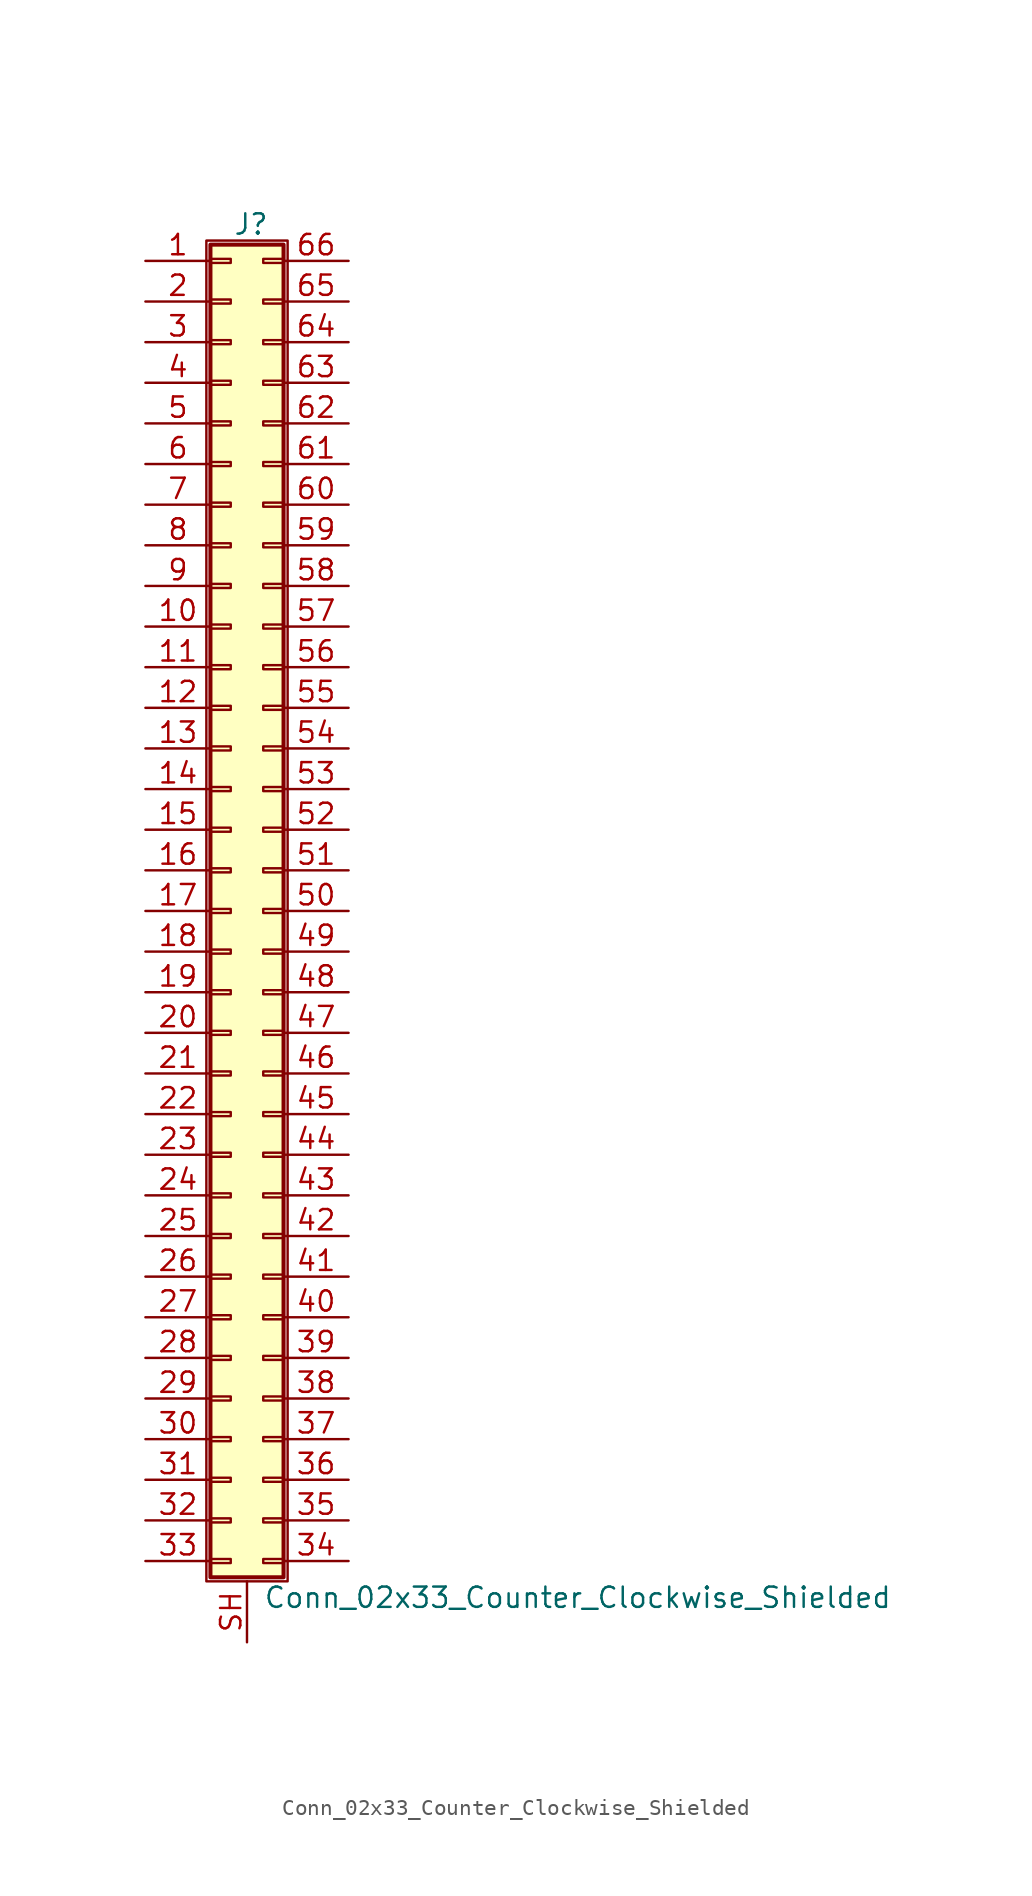
<source format=kicad_sym>
(kicad_symbol_lib
  (version 20211014)
  (generator kicad_symbol_editor)
  (symbol "Conn_02x33_Counter_Clockwise_Shielded"
    (pin_names
      (offset 1.016) hide)
    (property "Reference" "J"
      (at 1.524 42.926 0)
      (effects (font (size 1.27 1.27))))
    (property "Value" "Conn_02x33_Counter_Clockwise_Shielded"
      (at 2.286 -42.926 0)
      (effects (font (size 1.27 1.27)) (justify left)))
    (symbol "Conn_02x33_Counter_Clockwise_Shielded_1_1"
      (rectangle (start -1.27 41.91) (end 3.81 -41.91) (stroke (width 0.152) (type default) (color 0 0 0 0)) (fill (type none)))
      (rectangle (start -1.016 -40.513) (end 0.254 -40.767) (stroke (width 0.152) (type default) (color 0 0 0 0)) (fill (type none)))
      (rectangle (start -1.016 -37.973) (end 0.254 -38.227) (stroke (width 0.152) (type default) (color 0 0 0 0)) (fill (type none)))
      (rectangle (start -1.016 -35.433) (end 0.254 -35.687) (stroke (width 0.152) (type default) (color 0 0 0 0)) (fill (type none)))
      (rectangle (start -1.016 -32.893) (end 0.254 -33.147) (stroke (width 0.152) (type default) (color 0 0 0 0)) (fill (type none)))
      (rectangle (start -1.016 -30.353) (end 0.254 -30.607) (stroke (width 0.152) (type default) (color 0 0 0 0)) (fill (type none)))
      (rectangle (start -1.016 -27.813) (end 0.254 -28.067) (stroke (width 0.152) (type default) (color 0 0 0 0)) (fill (type none)))
      (rectangle (start -1.016 -25.273) (end 0.254 -25.527) (stroke (width 0.152) (type default) (color 0 0 0 0)) (fill (type none)))
      (rectangle (start -1.016 -22.733) (end 0.254 -22.987) (stroke (width 0.152) (type default) (color 0 0 0 0)) (fill (type none)))
      (rectangle (start -1.016 -20.193) (end 0.254 -20.447) (stroke (width 0.152) (type default) (color 0 0 0 0)) (fill (type none)))
      (rectangle (start -1.016 -17.653) (end 0.254 -17.907) (stroke (width 0.152) (type default) (color 0 0 0 0)) (fill (type none)))
      (rectangle (start -1.016 -15.113) (end 0.254 -15.367) (stroke (width 0.152) (type default) (color 0 0 0 0)) (fill (type none)))
      (rectangle (start -1.016 -12.573) (end 0.254 -12.827) (stroke (width 0.152) (type default) (color 0 0 0 0)) (fill (type none)))
      (rectangle (start -1.016 -10.033) (end 0.254 -10.287) (stroke (width 0.152) (type default) (color 0 0 0 0)) (fill (type none)))
      (rectangle (start -1.016 -7.493) (end 0.254 -7.747) (stroke (width 0.152) (type default) (color 0 0 0 0)) (fill (type none)))
      (rectangle (start -1.016 -4.953) (end 0.254 -5.207) (stroke (width 0.152) (type default) (color 0 0 0 0)) (fill (type none)))
      (rectangle (start -1.016 -2.413) (end 0.254 -2.667) (stroke (width 0.152) (type default) (color 0 0 0 0)) (fill (type none)))
      (rectangle (start -1.016 0.127) (end 0.254 -0.127) (stroke (width 0.152) (type default) (color 0 0 0 0)) (fill (type none)))
      (rectangle (start -1.016 2.667) (end 0.254 2.413) (stroke (width 0.152) (type default) (color 0 0 0 0)) (fill (type none)))
      (rectangle (start -1.016 5.207) (end 0.254 4.953) (stroke (width 0.152) (type default) (color 0 0 0 0)) (fill (type none)))
      (rectangle (start -1.016 7.747) (end 0.254 7.493) (stroke (width 0.152) (type default) (color 0 0 0 0)) (fill (type none)))
      (rectangle (start -1.016 10.287) (end 0.254 10.033) (stroke (width 0.152) (type default) (color 0 0 0 0)) (fill (type none)))
      (rectangle (start -1.016 12.827) (end 0.254 12.573) (stroke (width 0.152) (type default) (color 0 0 0 0)) (fill (type none)))
      (rectangle (start -1.016 15.367) (end 0.254 15.113) (stroke (width 0.152) (type default) (color 0 0 0 0)) (fill (type none)))
      (rectangle (start -1.016 17.907) (end 0.254 17.653) (stroke (width 0.152) (type default) (color 0 0 0 0)) (fill (type none)))
      (rectangle (start -1.016 20.447) (end 0.254 20.193) (stroke (width 0.152) (type default) (color 0 0 0 0)) (fill (type none)))
      (rectangle (start -1.016 22.987) (end 0.254 22.733) (stroke (width 0.152) (type default) (color 0 0 0 0)) (fill (type none)))
      (rectangle (start -1.016 25.527) (end 0.254 25.273) (stroke (width 0.152) (type default) (color 0 0 0 0)) (fill (type none)))
      (rectangle (start -1.016 28.067) (end 0.254 27.813) (stroke (width 0.152) (type default) (color 0 0 0 0)) (fill (type none)))
      (rectangle (start -1.016 30.607) (end 0.254 30.353) (stroke (width 0.152) (type default) (color 0 0 0 0)) (fill (type none)))
      (rectangle (start -1.016 33.147) (end 0.254 32.893) (stroke (width 0.152) (type default) (color 0 0 0 0)) (fill (type none)))
      (rectangle (start -1.016 35.687) (end 0.254 35.433) (stroke (width 0.152) (type default) (color 0 0 0 0)) (fill (type none)))
      (rectangle (start -1.016 38.227) (end 0.254 37.973) (stroke (width 0.152) (type default) (color 0 0 0 0)) (fill (type none)))
      (rectangle (start -1.016 40.767) (end 0.254 40.513) (stroke (width 0.152) (type default) (color 0 0 0 0)) (fill (type none)))
      (rectangle (start -1.016 41.656) (end 3.556 -41.656) (stroke (width 0.254) (type default) (color 0 0 0 0)) (fill (type background)))
      (rectangle (start 3.556 -40.513) (end 2.286 -40.767) (stroke (width 0.152) (type default) (color 0 0 0 0)) (fill (type none)))
      (rectangle (start 3.556 -37.973) (end 2.286 -38.227) (stroke (width 0.152) (type default) (color 0 0 0 0)) (fill (type none)))
      (rectangle (start 3.556 -35.433) (end 2.286 -35.687) (stroke (width 0.152) (type default) (color 0 0 0 0)) (fill (type none)))
      (rectangle (start 3.556 -32.893) (end 2.286 -33.147) (stroke (width 0.152) (type default) (color 0 0 0 0)) (fill (type none)))
      (rectangle (start 3.556 -30.353) (end 2.286 -30.607) (stroke (width 0.152) (type default) (color 0 0 0 0)) (fill (type none)))
      (rectangle (start 3.556 -27.813) (end 2.286 -28.067) (stroke (width 0.152) (type default) (color 0 0 0 0)) (fill (type none)))
      (rectangle (start 3.556 -25.273) (end 2.286 -25.527) (stroke (width 0.152) (type default) (color 0 0 0 0)) (fill (type none)))
      (rectangle (start 3.556 -22.733) (end 2.286 -22.987) (stroke (width 0.152) (type default) (color 0 0 0 0)) (fill (type none)))
      (rectangle (start 3.556 -20.193) (end 2.286 -20.447) (stroke (width 0.152) (type default) (color 0 0 0 0)) (fill (type none)))
      (rectangle (start 3.556 -17.653) (end 2.286 -17.907) (stroke (width 0.152) (type default) (color 0 0 0 0)) (fill (type none)))
      (rectangle (start 3.556 -15.113) (end 2.286 -15.367) (stroke (width 0.152) (type default) (color 0 0 0 0)) (fill (type none)))
      (rectangle (start 3.556 -12.573) (end 2.286 -12.827) (stroke (width 0.152) (type default) (color 0 0 0 0)) (fill (type none)))
      (rectangle (start 3.556 -10.033) (end 2.286 -10.287) (stroke (width 0.152) (type default) (color 0 0 0 0)) (fill (type none)))
      (rectangle (start 3.556 -7.493) (end 2.286 -7.747) (stroke (width 0.152) (type default) (color 0 0 0 0)) (fill (type none)))
      (rectangle (start 3.556 -4.953) (end 2.286 -5.207) (stroke (width 0.152) (type default) (color 0 0 0 0)) (fill (type none)))
      (rectangle (start 3.556 -2.413) (end 2.286 -2.667) (stroke (width 0.152) (type default) (color 0 0 0 0)) (fill (type none)))
      (rectangle (start 3.556 0.127) (end 2.286 -0.127) (stroke (width 0.152) (type default) (color 0 0 0 0)) (fill (type none)))
      (rectangle (start 3.556 2.667) (end 2.286 2.413) (stroke (width 0.152) (type default) (color 0 0 0 0)) (fill (type none)))
      (rectangle (start 3.556 5.207) (end 2.286 4.953) (stroke (width 0.152) (type default) (color 0 0 0 0)) (fill (type none)))
      (rectangle (start 3.556 7.747) (end 2.286 7.493) (stroke (width 0.152) (type default) (color 0 0 0 0)) (fill (type none)))
      (rectangle (start 3.556 10.287) (end 2.286 10.033) (stroke (width 0.152) (type default) (color 0 0 0 0)) (fill (type none)))
      (rectangle (start 3.556 12.827) (end 2.286 12.573) (stroke (width 0.152) (type default) (color 0 0 0 0)) (fill (type none)))
      (rectangle (start 3.556 15.367) (end 2.286 15.113) (stroke (width 0.152) (type default) (color 0 0 0 0)) (fill (type none)))
      (rectangle (start 3.556 17.907) (end 2.286 17.653) (stroke (width 0.152) (type default) (color 0 0 0 0)) (fill (type none)))
      (rectangle (start 3.556 20.447) (end 2.286 20.193) (stroke (width 0.152) (type default) (color 0 0 0 0)) (fill (type none)))
      (rectangle (start 3.556 22.987) (end 2.286 22.733) (stroke (width 0.152) (type default) (color 0 0 0 0)) (fill (type none)))
      (rectangle (start 3.556 25.527) (end 2.286 25.273) (stroke (width 0.152) (type default) (color 0 0 0 0)) (fill (type none)))
      (rectangle (start 3.556 28.067) (end 2.286 27.813) (stroke (width 0.152) (type default) (color 0 0 0 0)) (fill (type none)))
      (rectangle (start 3.556 30.607) (end 2.286 30.353) (stroke (width 0.152) (type default) (color 0 0 0 0)) (fill (type none)))
      (rectangle (start 3.556 33.147) (end 2.286 32.893) (stroke (width 0.152) (type default) (color 0 0 0 0)) (fill (type none)))
      (rectangle (start 3.556 35.687) (end 2.286 35.433) (stroke (width 0.152) (type default) (color 0 0 0 0)) (fill (type none)))
      (rectangle (start 3.556 38.227) (end 2.286 37.973) (stroke (width 0.152) (type default) (color 0 0 0 0)) (fill (type none)))
      (rectangle (start 3.556 40.767) (end 2.286 40.513) (stroke (width 0.152) (type default) (color 0 0 0 0)) (fill (type none)))
      (pin passive line (at -5.08 40.64 0) (length 4.064) (name "Pin_1" (effects (font (size 1.27 1.27)))) (number "1" (effects (font (size 1.27 1.27)))))
      (pin passive line (at -5.08 17.78 0) (length 4.064) (name "Pin_10" (effects (font (size 1.27 1.27)))) (number "10" (effects (font (size 1.27 1.27)))))
      (pin passive line (at -5.08 15.24 0) (length 4.064) (name "Pin_11" (effects (font (size 1.27 1.27)))) (number "11" (effects (font (size 1.27 1.27)))))
      (pin passive line (at -5.08 12.7 0) (length 4.064) (name "Pin_12" (effects (font (size 1.27 1.27)))) (number "12" (effects (font (size 1.27 1.27)))))
      (pin passive line (at -5.08 10.16 0) (length 4.064) (name "Pin_13" (effects (font (size 1.27 1.27)))) (number "13" (effects (font (size 1.27 1.27)))))
      (pin passive line (at -5.08 7.62 0) (length 4.064) (name "Pin_14" (effects (font (size 1.27 1.27)))) (number "14" (effects (font (size 1.27 1.27)))))
      (pin passive line (at -5.08 5.08 0) (length 4.064) (name "Pin_15" (effects (font (size 1.27 1.27)))) (number "15" (effects (font (size 1.27 1.27)))))
      (pin passive line (at -5.08 2.54 0) (length 4.064) (name "Pin_16" (effects (font (size 1.27 1.27)))) (number "16" (effects (font (size 1.27 1.27)))))
      (pin passive line (at -5.08 0 0) (length 4.064) (name "Pin_17" (effects (font (size 1.27 1.27)))) (number "17" (effects (font (size 1.27 1.27)))))
      (pin passive line (at -5.08 -2.54 0) (length 4.064) (name "Pin_18" (effects (font (size 1.27 1.27)))) (number "18" (effects (font (size 1.27 1.27)))))
      (pin passive line (at -5.08 -5.08 0) (length 4.064) (name "Pin_19" (effects (font (size 1.27 1.27)))) (number "19" (effects (font (size 1.27 1.27)))))
      (pin passive line (at -5.08 38.1 0) (length 4.064) (name "Pin_2" (effects (font (size 1.27 1.27)))) (number "2" (effects (font (size 1.27 1.27)))))
      (pin passive line (at -5.08 -7.62 0) (length 4.064) (name "Pin_20" (effects (font (size 1.27 1.27)))) (number "20" (effects (font (size 1.27 1.27)))))
      (pin passive line (at -5.08 -10.16 0) (length 4.064) (name "Pin_21" (effects (font (size 1.27 1.27)))) (number "21" (effects (font (size 1.27 1.27)))))
      (pin passive line (at -5.08 -12.7 0) (length 4.064) (name "Pin_22" (effects (font (size 1.27 1.27)))) (number "22" (effects (font (size 1.27 1.27)))))
      (pin passive line (at -5.08 -15.24 0) (length 4.064) (name "Pin_23" (effects (font (size 1.27 1.27)))) (number "23" (effects (font (size 1.27 1.27)))))
      (pin passive line (at -5.08 -17.78 0) (length 4.064) (name "Pin_24" (effects (font (size 1.27 1.27)))) (number "24" (effects (font (size 1.27 1.27)))))
      (pin passive line (at -5.08 -20.32 0) (length 4.064) (name "Pin_25" (effects (font (size 1.27 1.27)))) (number "25" (effects (font (size 1.27 1.27)))))
      (pin passive line (at -5.08 -22.86 0) (length 4.064) (name "Pin_26" (effects (font (size 1.27 1.27)))) (number "26" (effects (font (size 1.27 1.27)))))
      (pin passive line (at -5.08 -25.4 0) (length 4.064) (name "Pin_27" (effects (font (size 1.27 1.27)))) (number "27" (effects (font (size 1.27 1.27)))))
      (pin passive line (at -5.08 -27.94 0) (length 4.064) (name "Pin_28" (effects (font (size 1.27 1.27)))) (number "28" (effects (font (size 1.27 1.27)))))
      (pin passive line (at -5.08 -30.48 0) (length 4.064) (name "Pin_29" (effects (font (size 1.27 1.27)))) (number "29" (effects (font (size 1.27 1.27)))))
      (pin passive line (at -5.08 35.56 0) (length 4.064) (name "Pin_3" (effects (font (size 1.27 1.27)))) (number "3" (effects (font (size 1.27 1.27)))))
      (pin passive line (at -5.08 -33.02 0) (length 4.064) (name "Pin_30" (effects (font (size 1.27 1.27)))) (number "30" (effects (font (size 1.27 1.27)))))
      (pin passive line (at -5.08 -35.56 0) (length 4.064) (name "Pin_31" (effects (font (size 1.27 1.27)))) (number "31" (effects (font (size 1.27 1.27)))))
      (pin passive line (at -5.08 -38.1 0) (length 4.064) (name "Pin_32" (effects (font (size 1.27 1.27)))) (number "32" (effects (font (size 1.27 1.27)))))
      (pin passive line (at -5.08 -40.64 0) (length 4.064) (name "Pin_33" (effects (font (size 1.27 1.27)))) (number "33" (effects (font (size 1.27 1.27)))))
      (pin passive line (at 7.62 -40.64 180) (length 4.064) (name "Pin_34" (effects (font (size 1.27 1.27)))) (number "34" (effects (font (size 1.27 1.27)))))
      (pin passive line (at 7.62 -38.1 180) (length 4.064) (name "Pin_35" (effects (font (size 1.27 1.27)))) (number "35" (effects (font (size 1.27 1.27)))))
      (pin passive line (at 7.62 -35.56 180) (length 4.064) (name "Pin_36" (effects (font (size 1.27 1.27)))) (number "36" (effects (font (size 1.27 1.27)))))
      (pin passive line (at 7.62 -33.02 180) (length 4.064) (name "Pin_37" (effects (font (size 1.27 1.27)))) (number "37" (effects (font (size 1.27 1.27)))))
      (pin passive line (at 7.62 -30.48 180) (length 4.064) (name "Pin_38" (effects (font (size 1.27 1.27)))) (number "38" (effects (font (size 1.27 1.27)))))
      (pin passive line (at 7.62 -27.94 180) (length 4.064) (name "Pin_39" (effects (font (size 1.27 1.27)))) (number "39" (effects (font (size 1.27 1.27)))))
      (pin passive line (at -5.08 33.02 0) (length 4.064) (name "Pin_4" (effects (font (size 1.27 1.27)))) (number "4" (effects (font (size 1.27 1.27)))))
      (pin passive line (at 7.62 -25.4 180) (length 4.064) (name "Pin_40" (effects (font (size 1.27 1.27)))) (number "40" (effects (font (size 1.27 1.27)))))
      (pin passive line (at 7.62 -22.86 180) (length 4.064) (name "Pin_41" (effects (font (size 1.27 1.27)))) (number "41" (effects (font (size 1.27 1.27)))))
      (pin passive line (at 7.62 -20.32 180) (length 4.064) (name "Pin_42" (effects (font (size 1.27 1.27)))) (number "42" (effects (font (size 1.27 1.27)))))
      (pin passive line (at 7.62 -17.78 180) (length 4.064) (name "Pin_43" (effects (font (size 1.27 1.27)))) (number "43" (effects (font (size 1.27 1.27)))))
      (pin passive line (at 7.62 -15.24 180) (length 4.064) (name "Pin_44" (effects (font (size 1.27 1.27)))) (number "44" (effects (font (size 1.27 1.27)))))
      (pin passive line (at 7.62 -12.7 180) (length 4.064) (name "Pin_45" (effects (font (size 1.27 1.27)))) (number "45" (effects (font (size 1.27 1.27)))))
      (pin passive line (at 7.62 -10.16 180) (length 4.064) (name "Pin_46" (effects (font (size 1.27 1.27)))) (number "46" (effects (font (size 1.27 1.27)))))
      (pin passive line (at 7.62 -7.62 180) (length 4.064) (name "Pin_47" (effects (font (size 1.27 1.27)))) (number "47" (effects (font (size 1.27 1.27)))))
      (pin passive line (at 7.62 -5.08 180) (length 4.064) (name "Pin_48" (effects (font (size 1.27 1.27)))) (number "48" (effects (font (size 1.27 1.27)))))
      (pin passive line (at 7.62 -2.54 180) (length 4.064) (name "Pin_49" (effects (font (size 1.27 1.27)))) (number "49" (effects (font (size 1.27 1.27)))))
      (pin passive line (at -5.08 30.48 0) (length 4.064) (name "Pin_5" (effects (font (size 1.27 1.27)))) (number "5" (effects (font (size 1.27 1.27)))))
      (pin passive line (at 7.62 0 180) (length 4.064) (name "Pin_50" (effects (font (size 1.27 1.27)))) (number "50" (effects (font (size 1.27 1.27)))))
      (pin passive line (at 7.62 2.54 180) (length 4.064) (name "Pin_51" (effects (font (size 1.27 1.27)))) (number "51" (effects (font (size 1.27 1.27)))))
      (pin passive line (at 7.62 5.08 180) (length 4.064) (name "Pin_52" (effects (font (size 1.27 1.27)))) (number "52" (effects (font (size 1.27 1.27)))))
      (pin passive line (at 7.62 7.62 180) (length 4.064) (name "Pin_53" (effects (font (size 1.27 1.27)))) (number "53" (effects (font (size 1.27 1.27)))))
      (pin passive line (at 7.62 10.16 180) (length 4.064) (name "Pin_54" (effects (font (size 1.27 1.27)))) (number "54" (effects (font (size 1.27 1.27)))))
      (pin passive line (at 7.62 12.7 180) (length 4.064) (name "Pin_55" (effects (font (size 1.27 1.27)))) (number "55" (effects (font (size 1.27 1.27)))))
      (pin passive line (at 7.62 15.24 180) (length 4.064) (name "Pin_56" (effects (font (size 1.27 1.27)))) (number "56" (effects (font (size 1.27 1.27)))))
      (pin passive line (at 7.62 17.78 180) (length 4.064) (name "Pin_57" (effects (font (size 1.27 1.27)))) (number "57" (effects (font (size 1.27 1.27)))))
      (pin passive line (at 7.62 20.32 180) (length 4.064) (name "Pin_58" (effects (font (size 1.27 1.27)))) (number "58" (effects (font (size 1.27 1.27)))))
      (pin passive line (at 7.62 22.86 180) (length 4.064) (name "Pin_59" (effects (font (size 1.27 1.27)))) (number "59" (effects (font (size 1.27 1.27)))))
      (pin passive line (at -5.08 27.94 0) (length 4.064) (name "Pin_6" (effects (font (size 1.27 1.27)))) (number "6" (effects (font (size 1.27 1.27)))))
      (pin passive line (at 7.62 25.4 180) (length 4.064) (name "Pin_60" (effects (font (size 1.27 1.27)))) (number "60" (effects (font (size 1.27 1.27)))))
      (pin passive line (at 7.62 27.94 180) (length 4.064) (name "Pin_61" (effects (font (size 1.27 1.27)))) (number "61" (effects (font (size 1.27 1.27)))))
      (pin passive line (at 7.62 30.48 180) (length 4.064) (name "Pin_62" (effects (font (size 1.27 1.27)))) (number "62" (effects (font (size 1.27 1.27)))))
      (pin passive line (at 7.62 33.02 180) (length 4.064) (name "Pin_63" (effects (font (size 1.27 1.27)))) (number "63" (effects (font (size 1.27 1.27)))))
      (pin passive line (at 7.62 35.56 180) (length 4.064) (name "Pin_64" (effects (font (size 1.27 1.27)))) (number "64" (effects (font (size 1.27 1.27)))))
      (pin passive line (at 7.62 38.1 180) (length 4.064) (name "Pin_65" (effects (font (size 1.27 1.27)))) (number "65" (effects (font (size 1.27 1.27)))))
      (pin passive line (at 7.62 40.64 180) (length 4.064) (name "Pin_66" (effects (font (size 1.27 1.27)))) (number "66" (effects (font (size 1.27 1.27)))))
      (pin passive line (at -5.08 25.4 0) (length 4.064) (name "Pin_7" (effects (font (size 1.27 1.27)))) (number "7" (effects (font (size 1.27 1.27)))))
      (pin passive line (at -5.08 22.86 0) (length 4.064) (name "Pin_8" (effects (font (size 1.27 1.27)))) (number "8" (effects (font (size 1.27 1.27)))))
      (pin passive line (at -5.08 20.32 0) (length 4.064) (name "Pin_9" (effects (font (size 1.27 1.27)))) (number "9" (effects (font (size 1.27 1.27)))))
      (pin passive line (at 1.27 -45.72 90) (length 3.81) (name "Shield" (effects (font (size 1.27 1.27)))) (number "SH" (effects (font (size 1.27 1.27))))))))
</source>
